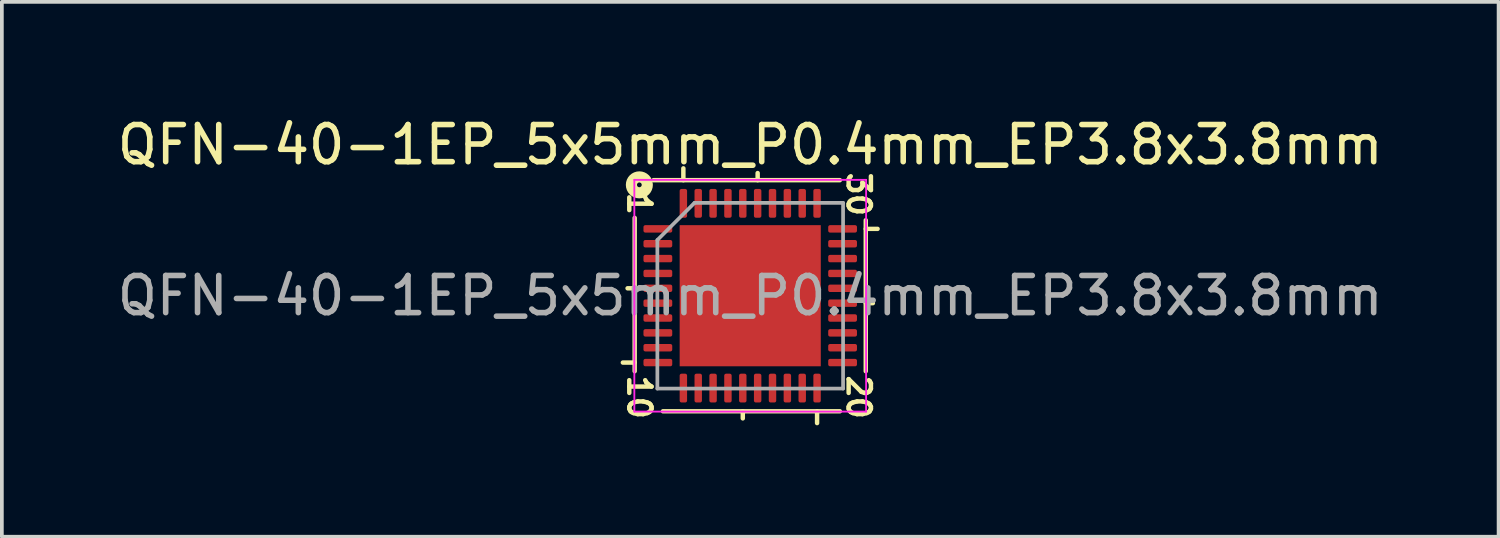
<source format=kicad_pcb>
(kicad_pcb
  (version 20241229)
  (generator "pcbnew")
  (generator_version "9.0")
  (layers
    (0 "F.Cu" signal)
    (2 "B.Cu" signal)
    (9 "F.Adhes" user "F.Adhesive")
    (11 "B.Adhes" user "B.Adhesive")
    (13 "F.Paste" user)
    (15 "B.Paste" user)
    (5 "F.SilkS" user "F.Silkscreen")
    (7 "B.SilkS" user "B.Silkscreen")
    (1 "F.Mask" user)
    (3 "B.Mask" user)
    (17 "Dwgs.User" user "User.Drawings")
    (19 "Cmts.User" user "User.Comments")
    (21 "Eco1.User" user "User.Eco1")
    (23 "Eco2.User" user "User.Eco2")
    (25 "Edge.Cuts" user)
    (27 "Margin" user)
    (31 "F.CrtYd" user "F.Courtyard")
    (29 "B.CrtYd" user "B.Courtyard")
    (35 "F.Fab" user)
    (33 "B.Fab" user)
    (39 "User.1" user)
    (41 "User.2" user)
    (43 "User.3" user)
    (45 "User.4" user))
  (footprint "QFN-40-1EP_5x5mm_P0.4mm_EP3.8x3.8mm"
    (layer "F.Cu")
    (at 17.149 4.912)
    (property "Reference" "QFN-40-1EP_5x5mm_P0.4mm_EP3.8x3.8mm" (at 0 -4.064 0) (layer "F.SilkS") (effects (font (size 1 1) (thickness 0.15))))
    (attr smd)
    (fp_line (start -3.111 -2.095) (end -3.111 2.032) (stroke (width 0.12) (type solid)) (layer "F.SilkS"))
    (fp_line (start -3.111 -0.2) (end -3.302 -0.2) (stroke (width 0.12) (type solid)) (layer "F.SilkS"))
    (fp_line (start -3.111 1.8) (end -3.429 1.8) (stroke (width 0.12) (type solid)) (layer "F.SilkS"))
    (fp_line (start -2.349 3.111) (end 2.413 3.111) (stroke (width 0.12) (type solid)) (layer "F.SilkS"))
    (fp_line (start -1.8 -3.111) (end -1.8 -3.429) (stroke (width 0.12) (type solid)) (layer "F.SilkS"))
    (fp_line (start -0.2 3.111) (end -0.2 3.302) (stroke (width 0.12) (type solid)) (layer "F.SilkS"))
    (fp_line (start 0.2 -3.111) (end 0.2 -3.302) (stroke (width 0.12) (type solid)) (layer "F.SilkS"))
    (fp_line (start 1.8 3.111) (end 1.8 3.429) (stroke (width 0.12) (type solid)) (layer "F.SilkS"))
    (fp_line (start 2.413 -3.111) (end -2.603 -3.111) (stroke (width 0.12) (type solid)) (layer "F.SilkS"))
    (fp_line (start 3.111 -1.8) (end 3.429 -1.8) (stroke (width 0.12) (type solid)) (layer "F.SilkS"))
    (fp_line (start 3.111 0.2) (end 3.302 0.2) (stroke (width 0.12) (type solid)) (layer "F.SilkS"))
    (fp_line (start 3.111 2.032) (end 3.111 -2.032) (stroke (width 0.12) (type solid)) (layer "F.SilkS"))
    (fp_circle (center -2.985 -2.985) (end -2.921 -2.985) (stroke (width 0.3) (type solid)) (fill no) (layer "F.SilkS"))
    (fp_line (start -3.12 -3.12) (end -3.12 3.12) (stroke (width 0.05) (type solid)) (layer "F.CrtYd"))
    (fp_line (start -3.12 3.12) (end 3.12 3.12) (stroke (width 0.05) (type solid)) (layer "F.CrtYd"))
    (fp_line (start 3.12 -3.12) (end -3.12 -3.12) (stroke (width 0.05) (type solid)) (layer "F.CrtYd"))
    (fp_line (start 3.12 3.12) (end 3.12 -3.12) (stroke (width 0.05) (type solid)) (layer "F.CrtYd"))
    (fp_line (start -2.5 -1.5) (end -1.5 -2.5) (stroke (width 0.1) (type solid)) (layer "F.Fab"))
    (fp_line (start -2.5 2.5) (end -2.5 -1.5) (stroke (width 0.1) (type solid)) (layer "F.Fab"))
    (fp_line (start -1.5 -2.5) (end 2.5 -2.5) (stroke (width 0.1) (type solid)) (layer "F.Fab"))
    (fp_line (start 2.5 -2.5) (end 2.5 2.5) (stroke (width 0.1) (type solid)) (layer "F.Fab"))
    (fp_line (start 2.5 2.5) (end -2.5 2.5) (stroke (width 0.1) (type solid)) (layer "F.Fab"))
    (fp_text user "1" (at -2.985 -2.477 270) (unlocked yes) (layer "F.SilkS") (effects (font (size 0.6 0.6) (thickness 0.12))))
    (fp_text user "10" (at -2.985 2.731 270) (unlocked yes) (layer "F.SilkS") (effects (font (size 0.6 0.6) (thickness 0.12))))
    (fp_text user "30" (at 2.921 -2.731 270) (unlocked yes) (layer "F.SilkS") (effects (font (size 0.6 0.6) (thickness 0.12))))
    (fp_text user "20" (at 2.921 2.731 270) (unlocked yes) (layer "F.SilkS") (effects (font (size 0.6 0.6) (thickness 0.12))))
    (fp_text user "${REFERENCE}" (at 0 0 0) (layer "F.Fab") (effects (font (size 1 1) (thickness 0.15))))
    (pad "" smd roundrect (at -1.27 -1.27) (size 1.02 1.02) (layers "F.Paste") (roundrect_rratio 0.245))
    (pad "" smd roundrect (at -1.27 0) (size 1.02 1.02) (layers "F.Paste") (roundrect_rratio 0.245))
    (pad "" smd roundrect (at -1.27 1.27) (size 1.02 1.02) (layers "F.Paste") (roundrect_rratio 0.245))
    (pad "" smd roundrect (at 0 -1.27) (size 1.02 1.02) (layers "F.Paste") (roundrect_rratio 0.245))
    (pad "" smd roundrect (at 0 0) (size 1.02 1.02) (layers "F.Paste") (roundrect_rratio 0.245))
    (pad "" smd roundrect (at 0 1.27) (size 1.02 1.02) (layers "F.Paste") (roundrect_rratio 0.245))
    (pad "" smd roundrect (at 1.27 -1.27) (size 1.02 1.02) (layers "F.Paste") (roundrect_rratio 0.245))
    (pad "" smd roundrect (at 1.27 0) (size 1.02 1.02) (layers "F.Paste") (roundrect_rratio 0.245))
    (pad "" smd roundrect (at 1.27 1.27) (size 1.02 1.02) (layers "F.Paste") (roundrect_rratio 0.245))
    (pad "1" smd roundrect (at -2.487 -1.8) (size 0.775 0.2) (layers "F.Cu" "F.Mask" "F.Paste") (roundrect_rratio 0.25))
    (pad "2" smd roundrect (at -2.487 -1.4) (size 0.775 0.2) (layers "F.Cu" "F.Mask" "F.Paste") (roundrect_rratio 0.25))
    (pad "3" smd roundrect (at -2.487 -1) (size 0.775 0.2) (layers "F.Cu" "F.Mask" "F.Paste") (roundrect_rratio 0.25))
    (pad "4" smd roundrect (at -2.487 -0.6) (size 0.775 0.2) (layers "F.Cu" "F.Mask" "F.Paste") (roundrect_rratio 0.25))
    (pad "5" smd roundrect (at -2.487 -0.2) (size 0.775 0.2) (layers "F.Cu" "F.Mask" "F.Paste") (roundrect_rratio 0.25))
    (pad "6" smd roundrect (at -2.487 0.2) (size 0.775 0.2) (layers "F.Cu" "F.Mask" "F.Paste") (roundrect_rratio 0.25))
    (pad "7" smd roundrect (at -2.487 0.6) (size 0.775 0.2) (layers "F.Cu" "F.Mask" "F.Paste") (roundrect_rratio 0.25))
    (pad "8" smd roundrect (at -2.487 1) (size 0.775 0.2) (layers "F.Cu" "F.Mask" "F.Paste") (roundrect_rratio 0.25))
    (pad "9" smd roundrect (at -2.487 1.4) (size 0.775 0.2) (layers "F.Cu" "F.Mask" "F.Paste") (roundrect_rratio 0.25))
    (pad "10" smd roundrect (at -2.487 1.8) (size 0.775 0.2) (layers "F.Cu" "F.Mask" "F.Paste") (roundrect_rratio 0.25))
    (pad "11" smd roundrect (at -1.8 2.487) (size 0.2 0.775) (layers "F.Cu" "F.Mask" "F.Paste") (roundrect_rratio 0.25))
    (pad "12" smd roundrect (at -1.4 2.487) (size 0.2 0.775) (layers "F.Cu" "F.Mask" "F.Paste") (roundrect_rratio 0.25))
    (pad "13" smd roundrect (at -1 2.487) (size 0.2 0.775) (layers "F.Cu" "F.Mask" "F.Paste") (roundrect_rratio 0.25))
    (pad "14" smd roundrect (at -0.6 2.487) (size 0.2 0.775) (layers "F.Cu" "F.Mask" "F.Paste") (roundrect_rratio 0.25))
    (pad "15" smd roundrect (at -0.2 2.487) (size 0.2 0.775) (layers "F.Cu" "F.Mask" "F.Paste") (roundrect_rratio 0.25))
    (pad "16" smd roundrect (at 0.2 2.487) (size 0.2 0.775) (layers "F.Cu" "F.Mask" "F.Paste") (roundrect_rratio 0.25))
    (pad "17" smd roundrect (at 0.6 2.487) (size 0.2 0.775) (layers "F.Cu" "F.Mask" "F.Paste") (roundrect_rratio 0.25))
    (pad "18" smd roundrect (at 1 2.487) (size 0.2 0.775) (layers "F.Cu" "F.Mask" "F.Paste") (roundrect_rratio 0.25))
    (pad "19" smd roundrect (at 1.4 2.487) (size 0.2 0.775) (layers "F.Cu" "F.Mask" "F.Paste") (roundrect_rratio 0.25))
    (pad "20" smd roundrect (at 1.8 2.487) (size 0.2 0.775) (layers "F.Cu" "F.Mask" "F.Paste") (roundrect_rratio 0.25))
    (pad "21" smd roundrect (at 2.487 1.8) (size 0.775 0.2) (layers "F.Cu" "F.Mask" "F.Paste") (roundrect_rratio 0.25))
    (pad "22" smd roundrect (at 2.487 1.4) (size 0.775 0.2) (layers "F.Cu" "F.Mask" "F.Paste") (roundrect_rratio 0.25))
    (pad "23" smd roundrect (at 2.487 1) (size 0.775 0.2) (layers "F.Cu" "F.Mask" "F.Paste") (roundrect_rratio 0.25))
    (pad "24" smd roundrect (at 2.487 0.6) (size 0.775 0.2) (layers "F.Cu" "F.Mask" "F.Paste") (roundrect_rratio 0.25))
    (pad "25" smd roundrect (at 2.487 0.2) (size 0.775 0.2) (layers "F.Cu" "F.Mask" "F.Paste") (roundrect_rratio 0.25))
    (pad "26" smd roundrect (at 2.487 -0.2) (size 0.775 0.2) (layers "F.Cu" "F.Mask" "F.Paste") (roundrect_rratio 0.25))
    (pad "27" smd roundrect (at 2.487 -0.6) (size 0.775 0.2) (layers "F.Cu" "F.Mask" "F.Paste") (roundrect_rratio 0.25))
    (pad "28" smd roundrect (at 2.487 -1) (size 0.775 0.2) (layers "F.Cu" "F.Mask" "F.Paste") (roundrect_rratio 0.25))
    (pad "29" smd roundrect (at 2.487 -1.4) (size 0.775 0.2) (layers "F.Cu" "F.Mask" "F.Paste") (roundrect_rratio 0.25))
    (pad "30" smd roundrect (at 2.487 -1.8) (size 0.775 0.2) (layers "F.Cu" "F.Mask" "F.Paste") (roundrect_rratio 0.25))
    (pad "31" smd roundrect (at 1.8 -2.487) (size 0.2 0.775) (layers "F.Cu" "F.Mask" "F.Paste") (roundrect_rratio 0.25))
    (pad "32" smd roundrect (at 1.4 -2.487) (size 0.2 0.775) (layers "F.Cu" "F.Mask" "F.Paste") (roundrect_rratio 0.25))
    (pad "33" smd roundrect (at 1 -2.487) (size 0.2 0.775) (layers "F.Cu" "F.Mask" "F.Paste") (roundrect_rratio 0.25))
    (pad "34" smd roundrect (at 0.6 -2.487) (size 0.2 0.775) (layers "F.Cu" "F.Mask" "F.Paste") (roundrect_rratio 0.25))
    (pad "35" smd roundrect (at 0.2 -2.487) (size 0.2 0.775) (layers "F.Cu" "F.Mask" "F.Paste") (roundrect_rratio 0.25))
    (pad "36" smd roundrect (at -0.2 -2.487) (size 0.2 0.775) (layers "F.Cu" "F.Mask" "F.Paste") (roundrect_rratio 0.25))
    (pad "37" smd roundrect (at -0.6 -2.487) (size 0.2 0.775) (layers "F.Cu" "F.Mask" "F.Paste") (roundrect_rratio 0.25))
    (pad "38" smd roundrect (at -1 -2.487) (size 0.2 0.775) (layers "F.Cu" "F.Mask" "F.Paste") (roundrect_rratio 0.25))
    (pad "39" smd roundrect (at -1.4 -2.487) (size 0.2 0.775) (layers "F.Cu" "F.Mask" "F.Paste") (roundrect_rratio 0.25))
    (pad "40" smd roundrect (at -1.8 -2.487) (size 0.2 0.775) (layers "F.Cu" "F.Mask" "F.Paste") (roundrect_rratio 0.25))
    (pad "41" smd rect (at 0 0) (size 3.8 3.8) (layers "F.Cu" "F.Mask")))
  (gr_rect
    (start -3 -3)
    (end 37.298 11.401)
    (stroke (width 0.1) (type default))
    (fill no)
    (layer "Edge.Cuts")))
</source>
